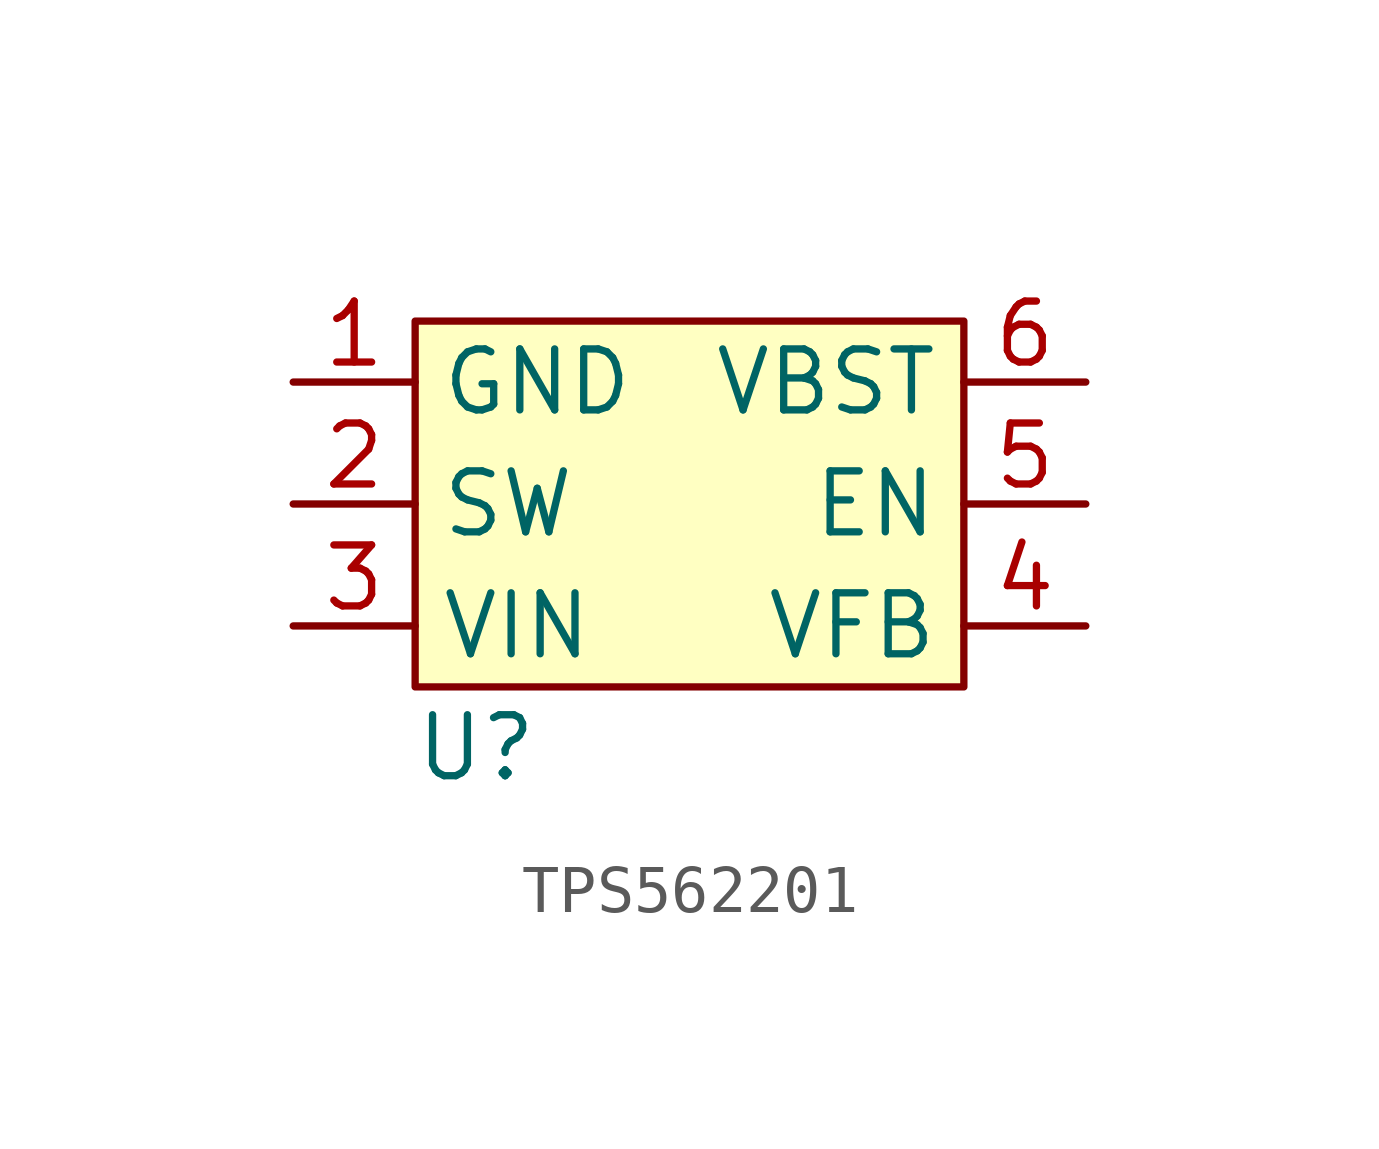
<source format=kicad_sym>
(kicad_symbol_lib
  (version 20220914)
  (generator kicad_symbol_editor)
  (symbol "TPS562201"
    (property "Reference" "U"
      (at 1.27 -10.16 0)
      (effects (font (size 1.27 1.27))))
    (property "Value" ""
      (at 0 0 0)
      (effects (font (size 1.27 1.27))))
    (symbol "TPS562201_1_1"
      (rectangle (start 0 -1.27) (end 11.43 -8.89) (stroke (width 0) (type default)) (fill (type background)))
      (pin power_in line (at -2.54 -2.54 0) (length 2.54) (name "GND" (effects (font (size 1.27 1.27)))) (number "1" (effects (font (size 1.27 1.27)))))
      (pin power_out line (at -2.54 -5.08 0) (length 2.54) (name "SW" (effects (font (size 1.27 1.27)))) (number "2" (effects (font (size 1.27 1.27)))))
      (pin power_in line (at -2.54 -7.62 0) (length 2.54) (name "VIN" (effects (font (size 1.27 1.27)))) (number "3" (effects (font (size 1.27 1.27)))))
      (pin input line (at 13.97 -7.62 180) (length 2.54) (name "VFB" (effects (font (size 1.27 1.27)))) (number "4" (effects (font (size 1.27 1.27)))))
      (pin input line (at 13.97 -5.08 180) (length 2.54) (name "EN" (effects (font (size 1.27 1.27)))) (number "5" (effects (font (size 1.27 1.27)))))
      (pin power_in line (at 13.97 -2.54 180) (length 2.54) (name "VBST" (effects (font (size 1.27 1.27)))) (number "6" (effects (font (size 1.27 1.27))))))))
</source>
